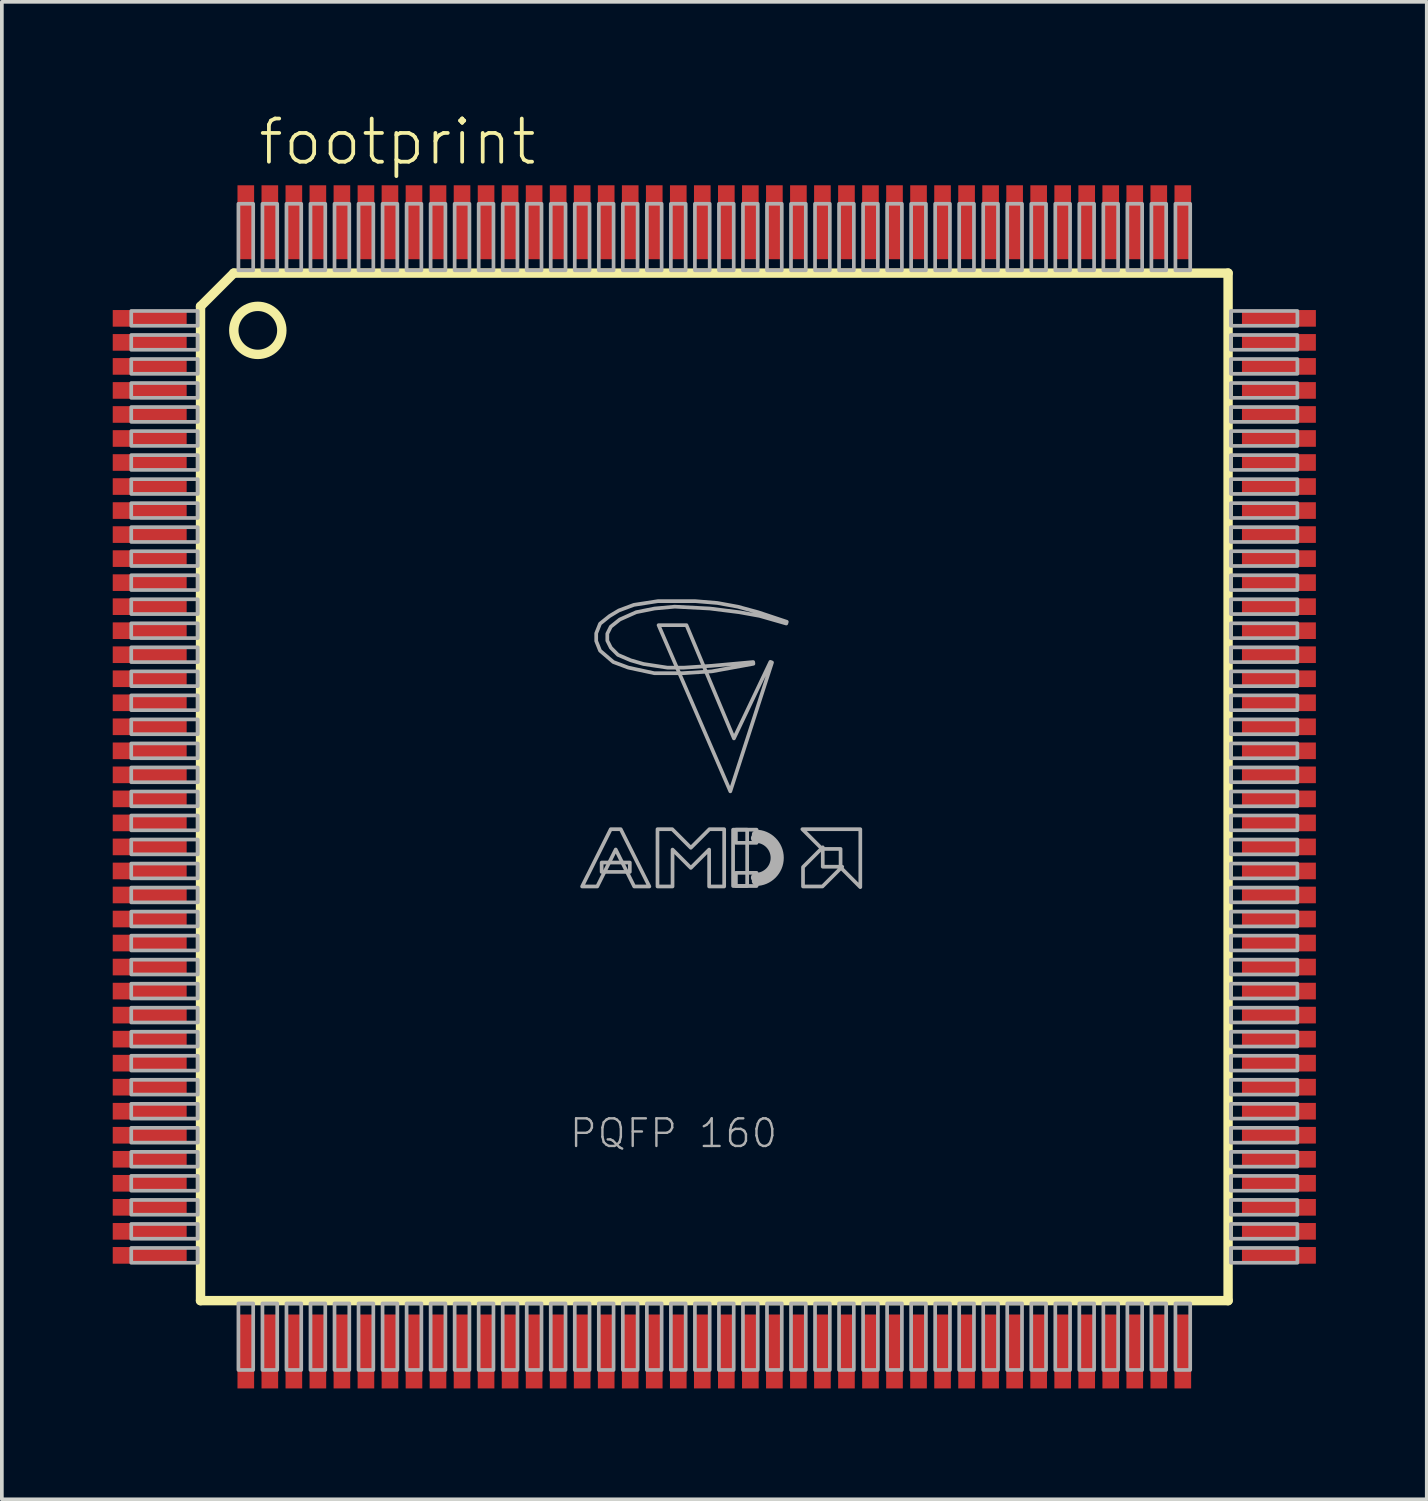
<source format=kicad_pcb>
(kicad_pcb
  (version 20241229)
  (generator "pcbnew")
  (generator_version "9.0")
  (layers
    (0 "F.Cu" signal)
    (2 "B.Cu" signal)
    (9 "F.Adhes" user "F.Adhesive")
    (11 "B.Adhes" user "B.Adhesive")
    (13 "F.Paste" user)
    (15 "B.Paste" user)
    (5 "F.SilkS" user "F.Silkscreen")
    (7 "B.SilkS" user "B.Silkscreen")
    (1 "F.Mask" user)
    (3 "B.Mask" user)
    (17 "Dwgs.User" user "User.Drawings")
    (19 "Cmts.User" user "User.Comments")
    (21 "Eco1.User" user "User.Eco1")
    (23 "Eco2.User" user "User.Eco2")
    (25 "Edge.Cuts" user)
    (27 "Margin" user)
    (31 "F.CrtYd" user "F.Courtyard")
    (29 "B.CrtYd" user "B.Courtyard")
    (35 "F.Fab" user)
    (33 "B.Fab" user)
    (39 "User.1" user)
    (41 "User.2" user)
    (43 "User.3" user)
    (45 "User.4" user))
  (footprint "footprint"
    (layer "F.Cu")
    (at 16.275 18.238)
    (property "Reference" "footprint" (at -12.395 -16.765 0) (layer "F.SilkS") (effects (font (size 1.168 1.168) (thickness 0.102)) (justify left bottom)))
    (fp_line (start -13.9 -13) (end -13 -13.9) (stroke (width 0.254) (type solid)) (layer "F.SilkS"))
    (fp_line (start -13.9 13.9) (end -13.9 -13) (stroke (width 0.254) (type solid)) (layer "F.SilkS"))
    (fp_line (start -13 -13.9) (end 13.9 -13.9) (stroke (width 0.254) (type solid)) (layer "F.SilkS"))
    (fp_line (start 13.9 -13.9) (end 13.9 13.9) (stroke (width 0.254) (type solid)) (layer "F.SilkS"))
    (fp_line (start 13.9 13.9) (end -13.9 13.9) (stroke (width 0.254) (type solid)) (layer "F.SilkS"))
    (fp_circle (center -12.35 -12.35) (end -11.7 -12.35) (stroke (width 0.254) (type solid)) (fill no) (layer "F.SilkS"))
    (fp_arc (start 1.1176 1.1834) (mid 1.8542 1.92) (end 1.1176 2.6566) (stroke (width 0.0508) (type solid)) (layer "F.Fab"))
    (fp_arc (start 1.1176 1.285) (mid 1.7526 1.92) (end 1.1176 2.555) (stroke (width 0.2032) (type solid)) (layer "F.Fab"))
    (fp_arc (start 1.1176 1.3866) (mid 1.651 1.92) (end 1.1176 2.4534) (stroke (width 0.254) (type solid)) (layer "F.Fab"))
    (fp_poly (pts (xy -15.775 -12.475) (xy -13.975 -12.475) (xy -13.975 -12.875) (xy -15.775 -12.875)) (stroke (width 0.1) (type solid)) (fill no) (layer "F.Fab"))
    (fp_poly (pts (xy -15.775 -11.825) (xy -13.975 -11.825) (xy -13.975 -12.225) (xy -15.775 -12.225)) (stroke (width 0.1) (type solid)) (fill no) (layer "F.Fab"))
    (fp_poly (pts (xy -15.775 -11.175) (xy -13.975 -11.175) (xy -13.975 -11.575) (xy -15.775 -11.575)) (stroke (width 0.1) (type solid)) (fill no) (layer "F.Fab"))
    (fp_poly (pts (xy -15.775 -10.525) (xy -13.975 -10.525) (xy -13.975 -10.925) (xy -15.775 -10.925)) (stroke (width 0.1) (type solid)) (fill no) (layer "F.Fab"))
    (fp_poly (pts (xy -15.775 -9.875) (xy -13.975 -9.875) (xy -13.975 -10.275) (xy -15.775 -10.275)) (stroke (width 0.1) (type solid)) (fill no) (layer "F.Fab"))
    (fp_poly (pts (xy -15.775 -9.225) (xy -13.975 -9.225) (xy -13.975 -9.625) (xy -15.775 -9.625)) (stroke (width 0.1) (type solid)) (fill no) (layer "F.Fab"))
    (fp_poly (pts (xy -15.775 -8.575) (xy -13.975 -8.575) (xy -13.975 -8.975) (xy -15.775 -8.975)) (stroke (width 0.1) (type solid)) (fill no) (layer "F.Fab"))
    (fp_poly (pts (xy -15.775 -7.925) (xy -13.975 -7.925) (xy -13.975 -8.325) (xy -15.775 -8.325)) (stroke (width 0.1) (type solid)) (fill no) (layer "F.Fab"))
    (fp_poly (pts (xy -15.775 -7.275) (xy -13.975 -7.275) (xy -13.975 -7.675) (xy -15.775 -7.675)) (stroke (width 0.1) (type solid)) (fill no) (layer "F.Fab"))
    (fp_poly (pts (xy -15.775 -6.625) (xy -13.975 -6.625) (xy -13.975 -7.025) (xy -15.775 -7.025)) (stroke (width 0.1) (type solid)) (fill no) (layer "F.Fab"))
    (fp_poly (pts (xy -15.775 -5.975) (xy -13.975 -5.975) (xy -13.975 -6.375) (xy -15.775 -6.375)) (stroke (width 0.1) (type solid)) (fill no) (layer "F.Fab"))
    (fp_poly (pts (xy -15.775 -5.325) (xy -13.975 -5.325) (xy -13.975 -5.725) (xy -15.775 -5.725)) (stroke (width 0.1) (type solid)) (fill no) (layer "F.Fab"))
    (fp_poly (pts (xy -15.775 -4.675) (xy -13.975 -4.675) (xy -13.975 -5.075) (xy -15.775 -5.075)) (stroke (width 0.1) (type solid)) (fill no) (layer "F.Fab"))
    (fp_poly (pts (xy -15.775 -4.025) (xy -13.975 -4.025) (xy -13.975 -4.425) (xy -15.775 -4.425)) (stroke (width 0.1) (type solid)) (fill no) (layer "F.Fab"))
    (fp_poly (pts (xy -15.775 -3.375) (xy -13.975 -3.375) (xy -13.975 -3.775) (xy -15.775 -3.775)) (stroke (width 0.1) (type solid)) (fill no) (layer "F.Fab"))
    (fp_poly (pts (xy -15.775 -2.725) (xy -13.975 -2.725) (xy -13.975 -3.125) (xy -15.775 -3.125)) (stroke (width 0.1) (type solid)) (fill no) (layer "F.Fab"))
    (fp_poly (pts (xy -15.775 -2.075) (xy -13.975 -2.075) (xy -13.975 -2.475) (xy -15.775 -2.475)) (stroke (width 0.1) (type solid)) (fill no) (layer "F.Fab"))
    (fp_poly (pts (xy -15.775 -1.425) (xy -13.975 -1.425) (xy -13.975 -1.825) (xy -15.775 -1.825)) (stroke (width 0.1) (type solid)) (fill no) (layer "F.Fab"))
    (fp_poly (pts (xy -15.775 -0.775) (xy -13.975 -0.775) (xy -13.975 -1.175) (xy -15.775 -1.175)) (stroke (width 0.1) (type solid)) (fill no) (layer "F.Fab"))
    (fp_poly (pts (xy -15.775 -0.125) (xy -13.975 -0.125) (xy -13.975 -0.525) (xy -15.775 -0.525)) (stroke (width 0.1) (type solid)) (fill no) (layer "F.Fab"))
    (fp_poly (pts (xy -15.775 0.525) (xy -13.975 0.525) (xy -13.975 0.125) (xy -15.775 0.125)) (stroke (width 0.1) (type solid)) (fill no) (layer "F.Fab"))
    (fp_poly (pts (xy -15.775 1.175) (xy -13.975 1.175) (xy -13.975 0.775) (xy -15.775 0.775)) (stroke (width 0.1) (type solid)) (fill no) (layer "F.Fab"))
    (fp_poly (pts (xy -15.775 1.825) (xy -13.975 1.825) (xy -13.975 1.425) (xy -15.775 1.425)) (stroke (width 0.1) (type solid)) (fill no) (layer "F.Fab"))
    (fp_poly (pts (xy -15.775 2.475) (xy -13.975 2.475) (xy -13.975 2.075) (xy -15.775 2.075)) (stroke (width 0.1) (type solid)) (fill no) (layer "F.Fab"))
    (fp_poly (pts (xy -15.775 3.125) (xy -13.975 3.125) (xy -13.975 2.725) (xy -15.775 2.725)) (stroke (width 0.1) (type solid)) (fill no) (layer "F.Fab"))
    (fp_poly (pts (xy -15.775 3.775) (xy -13.975 3.775) (xy -13.975 3.375) (xy -15.775 3.375)) (stroke (width 0.1) (type solid)) (fill no) (layer "F.Fab"))
    (fp_poly (pts (xy -15.775 4.425) (xy -13.975 4.425) (xy -13.975 4.025) (xy -15.775 4.025)) (stroke (width 0.1) (type solid)) (fill no) (layer "F.Fab"))
    (fp_poly (pts (xy -15.775 5.075) (xy -13.975 5.075) (xy -13.975 4.675) (xy -15.775 4.675)) (stroke (width 0.1) (type solid)) (fill no) (layer "F.Fab"))
    (fp_poly (pts (xy -15.775 5.725) (xy -13.975 5.725) (xy -13.975 5.325) (xy -15.775 5.325)) (stroke (width 0.1) (type solid)) (fill no) (layer "F.Fab"))
    (fp_poly (pts (xy -15.775 6.375) (xy -13.975 6.375) (xy -13.975 5.975) (xy -15.775 5.975)) (stroke (width 0.1) (type solid)) (fill no) (layer "F.Fab"))
    (fp_poly (pts (xy -15.775 7.025) (xy -13.975 7.025) (xy -13.975 6.625) (xy -15.775 6.625)) (stroke (width 0.1) (type solid)) (fill no) (layer "F.Fab"))
    (fp_poly (pts (xy -15.775 7.675) (xy -13.975 7.675) (xy -13.975 7.275) (xy -15.775 7.275)) (stroke (width 0.1) (type solid)) (fill no) (layer "F.Fab"))
    (fp_poly (pts (xy -15.775 8.325) (xy -13.975 8.325) (xy -13.975 7.925) (xy -15.775 7.925)) (stroke (width 0.1) (type solid)) (fill no) (layer "F.Fab"))
    (fp_poly (pts (xy -15.775 8.975) (xy -13.975 8.975) (xy -13.975 8.575) (xy -15.775 8.575)) (stroke (width 0.1) (type solid)) (fill no) (layer "F.Fab"))
    (fp_poly (pts (xy -15.775 9.625) (xy -13.975 9.625) (xy -13.975 9.225) (xy -15.775 9.225)) (stroke (width 0.1) (type solid)) (fill no) (layer "F.Fab"))
    (fp_poly (pts (xy -15.775 10.275) (xy -13.975 10.275) (xy -13.975 9.875) (xy -15.775 9.875)) (stroke (width 0.1) (type solid)) (fill no) (layer "F.Fab"))
    (fp_poly (pts (xy -15.775 10.925) (xy -13.975 10.925) (xy -13.975 10.525) (xy -15.775 10.525)) (stroke (width 0.1) (type solid)) (fill no) (layer "F.Fab"))
    (fp_poly (pts (xy -15.775 11.575) (xy -13.975 11.575) (xy -13.975 11.175) (xy -15.775 11.175)) (stroke (width 0.1) (type solid)) (fill no) (layer "F.Fab"))
    (fp_poly (pts (xy -15.775 12.225) (xy -13.975 12.225) (xy -13.975 11.825) (xy -15.775 11.825)) (stroke (width 0.1) (type solid)) (fill no) (layer "F.Fab"))
    (fp_poly (pts (xy -15.775 12.875) (xy -13.975 12.875) (xy -13.975 12.475) (xy -15.775 12.475)) (stroke (width 0.1) (type solid)) (fill no) (layer "F.Fab"))
    (fp_poly (pts (xy -12.875 -13.975) (xy -12.475 -13.975) (xy -12.475 -15.775) (xy -12.875 -15.775)) (stroke (width 0.1) (type solid)) (fill no) (layer "F.Fab"))
    (fp_poly (pts (xy -12.875 15.775) (xy -12.475 15.775) (xy -12.475 13.975) (xy -12.875 13.975)) (stroke (width 0.1) (type solid)) (fill no) (layer "F.Fab"))
    (fp_poly (pts (xy -12.225 -13.975) (xy -11.825 -13.975) (xy -11.825 -15.775) (xy -12.225 -15.775)) (stroke (width 0.1) (type solid)) (fill no) (layer "F.Fab"))
    (fp_poly (pts (xy -12.225 15.775) (xy -11.825 15.775) (xy -11.825 13.975) (xy -12.225 13.975)) (stroke (width 0.1) (type solid)) (fill no) (layer "F.Fab"))
    (fp_poly (pts (xy -11.575 -13.975) (xy -11.175 -13.975) (xy -11.175 -15.775) (xy -11.575 -15.775)) (stroke (width 0.1) (type solid)) (fill no) (layer "F.Fab"))
    (fp_poly (pts (xy -11.575 15.775) (xy -11.175 15.775) (xy -11.175 13.975) (xy -11.575 13.975)) (stroke (width 0.1) (type solid)) (fill no) (layer "F.Fab"))
    (fp_poly (pts (xy -10.925 -13.975) (xy -10.525 -13.975) (xy -10.525 -15.775) (xy -10.925 -15.775)) (stroke (width 0.1) (type solid)) (fill no) (layer "F.Fab"))
    (fp_poly (pts (xy -10.925 15.775) (xy -10.525 15.775) (xy -10.525 13.975) (xy -10.925 13.975)) (stroke (width 0.1) (type solid)) (fill no) (layer "F.Fab"))
    (fp_poly (pts (xy -10.275 -13.975) (xy -9.875 -13.975) (xy -9.875 -15.775) (xy -10.275 -15.775)) (stroke (width 0.1) (type solid)) (fill no) (layer "F.Fab"))
    (fp_poly (pts (xy -10.275 15.775) (xy -9.875 15.775) (xy -9.875 13.975) (xy -10.275 13.975)) (stroke (width 0.1) (type solid)) (fill no) (layer "F.Fab"))
    (fp_poly (pts (xy -9.625 -13.975) (xy -9.225 -13.975) (xy -9.225 -15.775) (xy -9.625 -15.775)) (stroke (width 0.1) (type solid)) (fill no) (layer "F.Fab"))
    (fp_poly (pts (xy -9.625 15.775) (xy -9.225 15.775) (xy -9.225 13.975) (xy -9.625 13.975)) (stroke (width 0.1) (type solid)) (fill no) (layer "F.Fab"))
    (fp_poly (pts (xy -8.975 -13.975) (xy -8.575 -13.975) (xy -8.575 -15.775) (xy -8.975 -15.775)) (stroke (width 0.1) (type solid)) (fill no) (layer "F.Fab"))
    (fp_poly (pts (xy -8.975 15.775) (xy -8.575 15.775) (xy -8.575 13.975) (xy -8.975 13.975)) (stroke (width 0.1) (type solid)) (fill no) (layer "F.Fab"))
    (fp_poly (pts (xy -8.325 -13.975) (xy -7.925 -13.975) (xy -7.925 -15.775) (xy -8.325 -15.775)) (stroke (width 0.1) (type solid)) (fill no) (layer "F.Fab"))
    (fp_poly (pts (xy -8.325 15.775) (xy -7.925 15.775) (xy -7.925 13.975) (xy -8.325 13.975)) (stroke (width 0.1) (type solid)) (fill no) (layer "F.Fab"))
    (fp_poly (pts (xy -7.675 -13.975) (xy -7.275 -13.975) (xy -7.275 -15.775) (xy -7.675 -15.775)) (stroke (width 0.1) (type solid)) (fill no) (layer "F.Fab"))
    (fp_poly (pts (xy -7.675 15.775) (xy -7.275 15.775) (xy -7.275 13.975) (xy -7.675 13.975)) (stroke (width 0.1) (type solid)) (fill no) (layer "F.Fab"))
    (fp_poly (pts (xy -7.025 -13.975) (xy -6.625 -13.975) (xy -6.625 -15.775) (xy -7.025 -15.775)) (stroke (width 0.1) (type solid)) (fill no) (layer "F.Fab"))
    (fp_poly (pts (xy -7.025 15.775) (xy -6.625 15.775) (xy -6.625 13.975) (xy -7.025 13.975)) (stroke (width 0.1) (type solid)) (fill no) (layer "F.Fab"))
    (fp_poly (pts (xy -6.375 -13.975) (xy -5.975 -13.975) (xy -5.975 -15.775) (xy -6.375 -15.775)) (stroke (width 0.1) (type solid)) (fill no) (layer "F.Fab"))
    (fp_poly (pts (xy -6.375 15.775) (xy -5.975 15.775) (xy -5.975 13.975) (xy -6.375 13.975)) (stroke (width 0.1) (type solid)) (fill no) (layer "F.Fab"))
    (fp_poly (pts (xy -5.725 -13.975) (xy -5.325 -13.975) (xy -5.325 -15.775) (xy -5.725 -15.775)) (stroke (width 0.1) (type solid)) (fill no) (layer "F.Fab"))
    (fp_poly (pts (xy -5.725 15.775) (xy -5.325 15.775) (xy -5.325 13.975) (xy -5.725 13.975)) (stroke (width 0.1) (type solid)) (fill no) (layer "F.Fab"))
    (fp_poly (pts (xy -5.075 -13.975) (xy -4.675 -13.975) (xy -4.675 -15.775) (xy -5.075 -15.775)) (stroke (width 0.1) (type solid)) (fill no) (layer "F.Fab"))
    (fp_poly (pts (xy -5.075 15.775) (xy -4.675 15.775) (xy -4.675 13.975) (xy -5.075 13.975)) (stroke (width 0.1) (type solid)) (fill no) (layer "F.Fab"))
    (fp_poly (pts (xy -4.425 -13.975) (xy -4.025 -13.975) (xy -4.025 -15.775) (xy -4.425 -15.775)) (stroke (width 0.1) (type solid)) (fill no) (layer "F.Fab"))
    (fp_poly (pts (xy -4.425 15.775) (xy -4.025 15.775) (xy -4.025 13.975) (xy -4.425 13.975)) (stroke (width 0.1) (type solid)) (fill no) (layer "F.Fab"))
    (fp_poly (pts (xy -3.775 -13.975) (xy -3.375 -13.975) (xy -3.375 -15.775) (xy -3.775 -15.775)) (stroke (width 0.1) (type solid)) (fill no) (layer "F.Fab"))
    (fp_poly (pts (xy -3.775 15.775) (xy -3.375 15.775) (xy -3.375 13.975) (xy -3.775 13.975)) (stroke (width 0.1) (type solid)) (fill no) (layer "F.Fab"))
    (fp_poly (pts (xy -3.125 -13.975) (xy -2.725 -13.975) (xy -2.725 -15.775) (xy -3.125 -15.775)) (stroke (width 0.1) (type solid)) (fill no) (layer "F.Fab"))
    (fp_poly (pts (xy -3.125 15.775) (xy -2.725 15.775) (xy -2.725 13.975) (xy -3.125 13.975)) (stroke (width 0.1) (type solid)) (fill no) (layer "F.Fab"))
    (fp_poly (pts (xy -3.048 2.301) (xy -2.286 2.301) (xy -2.286 2.047) (xy -3.048 2.047)) (stroke (width 0.1) (type solid)) (fill no) (layer "F.Fab"))
    (fp_poly (pts (xy -2.475 -13.975) (xy -2.075 -13.975) (xy -2.075 -15.775) (xy -2.475 -15.775)) (stroke (width 0.1) (type solid)) (fill no) (layer "F.Fab"))
    (fp_poly (pts (xy -2.475 15.775) (xy -2.075 15.775) (xy -2.075 13.975) (xy -2.475 13.975)) (stroke (width 0.1) (type solid)) (fill no) (layer "F.Fab"))
    (fp_poly (pts (xy -1.825 -13.975) (xy -1.425 -13.975) (xy -1.425 -15.775) (xy -1.825 -15.775)) (stroke (width 0.1) (type solid)) (fill no) (layer "F.Fab"))
    (fp_poly (pts (xy -1.825 15.775) (xy -1.425 15.775) (xy -1.425 13.975) (xy -1.825 13.975)) (stroke (width 0.1) (type solid)) (fill no) (layer "F.Fab"))
    (fp_poly (pts (xy -1.175 -13.975) (xy -0.775 -13.975) (xy -0.775 -15.775) (xy -1.175 -15.775)) (stroke (width 0.1) (type solid)) (fill no) (layer "F.Fab"))
    (fp_poly (pts (xy -1.175 15.775) (xy -0.775 15.775) (xy -0.775 13.975) (xy -1.175 13.975)) (stroke (width 0.1) (type solid)) (fill no) (layer "F.Fab"))
    (fp_poly (pts (xy -0.525 -13.975) (xy -0.125 -13.975) (xy -0.125 -15.775) (xy -0.525 -15.775)) (stroke (width 0.1) (type solid)) (fill no) (layer "F.Fab"))
    (fp_poly (pts (xy -0.525 15.775) (xy -0.125 15.775) (xy -0.125 13.975) (xy -0.525 13.975)) (stroke (width 0.1) (type solid)) (fill no) (layer "F.Fab"))
    (fp_poly (pts (xy 0.125 -13.975) (xy 0.525 -13.975) (xy 0.525 -15.775) (xy 0.125 -15.775)) (stroke (width 0.1) (type solid)) (fill no) (layer "F.Fab"))
    (fp_poly (pts (xy 0.125 15.775) (xy 0.525 15.775) (xy 0.525 13.975) (xy 0.125 13.975)) (stroke (width 0.1) (type solid)) (fill no) (layer "F.Fab"))
    (fp_poly (pts (xy 0.508 2.682) (xy 0.889 2.682) (xy 0.889 1.158) (xy 0.508 1.158)) (stroke (width 0.1) (type solid)) (fill no) (layer "F.Fab"))
    (fp_poly (pts (xy 0.584 1.514) (xy 1.143 1.514) (xy 1.143 1.158) (xy 0.584 1.158)) (stroke (width 0.1) (type solid)) (fill no) (layer "F.Fab"))
    (fp_poly (pts (xy 0.584 2.682) (xy 1.143 2.682) (xy 1.143 2.326) (xy 0.584 2.326)) (stroke (width 0.1) (type solid)) (fill no) (layer "F.Fab"))
    (fp_poly (pts (xy 0.775 -13.975) (xy 1.175 -13.975) (xy 1.175 -15.775) (xy 0.775 -15.775)) (stroke (width 0.1) (type solid)) (fill no) (layer "F.Fab"))
    (fp_poly (pts (xy 0.775 15.775) (xy 1.175 15.775) (xy 1.175 13.975) (xy 0.775 13.975)) (stroke (width 0.1) (type solid)) (fill no) (layer "F.Fab"))
    (fp_poly (pts (xy 1.425 -13.975) (xy 1.825 -13.975) (xy 1.825 -15.775) (xy 1.425 -15.775)) (stroke (width 0.1) (type solid)) (fill no) (layer "F.Fab"))
    (fp_poly (pts (xy 1.425 15.775) (xy 1.825 15.775) (xy 1.825 13.975) (xy 1.425 13.975)) (stroke (width 0.1) (type solid)) (fill no) (layer "F.Fab"))
    (fp_poly (pts (xy 2.075 -13.975) (xy 2.475 -13.975) (xy 2.475 -15.775) (xy 2.075 -15.775)) (stroke (width 0.1) (type solid)) (fill no) (layer "F.Fab"))
    (fp_poly (pts (xy 2.075 15.775) (xy 2.475 15.775) (xy 2.475 13.975) (xy 2.075 13.975)) (stroke (width 0.1) (type solid)) (fill no) (layer "F.Fab"))
    (fp_poly (pts (xy 2.725 -13.975) (xy 3.125 -13.975) (xy 3.125 -15.775) (xy 2.725 -15.775)) (stroke (width 0.1) (type solid)) (fill no) (layer "F.Fab"))
    (fp_poly (pts (xy 2.725 15.775) (xy 3.125 15.775) (xy 3.125 13.975) (xy 2.725 13.975)) (stroke (width 0.1) (type solid)) (fill no) (layer "F.Fab"))
    (fp_poly (pts (xy 3.375 -13.975) (xy 3.775 -13.975) (xy 3.775 -15.775) (xy 3.375 -15.775)) (stroke (width 0.1) (type solid)) (fill no) (layer "F.Fab"))
    (fp_poly (pts (xy 3.375 15.775) (xy 3.775 15.775) (xy 3.775 13.975) (xy 3.375 13.975)) (stroke (width 0.1) (type solid)) (fill no) (layer "F.Fab"))
    (fp_poly (pts (xy 4.025 -13.975) (xy 4.425 -13.975) (xy 4.425 -15.775) (xy 4.025 -15.775)) (stroke (width 0.1) (type solid)) (fill no) (layer "F.Fab"))
    (fp_poly (pts (xy 4.025 15.775) (xy 4.425 15.775) (xy 4.425 13.975) (xy 4.025 13.975)) (stroke (width 0.1) (type solid)) (fill no) (layer "F.Fab"))
    (fp_poly (pts (xy 4.675 -13.975) (xy 5.075 -13.975) (xy 5.075 -15.775) (xy 4.675 -15.775)) (stroke (width 0.1) (type solid)) (fill no) (layer "F.Fab"))
    (fp_poly (pts (xy 4.675 15.775) (xy 5.075 15.775) (xy 5.075 13.975) (xy 4.675 13.975)) (stroke (width 0.1) (type solid)) (fill no) (layer "F.Fab"))
    (fp_poly (pts (xy 5.325 -13.975) (xy 5.725 -13.975) (xy 5.725 -15.775) (xy 5.325 -15.775)) (stroke (width 0.1) (type solid)) (fill no) (layer "F.Fab"))
    (fp_poly (pts (xy 5.325 15.775) (xy 5.725 15.775) (xy 5.725 13.975) (xy 5.325 13.975)) (stroke (width 0.1) (type solid)) (fill no) (layer "F.Fab"))
    (fp_poly (pts (xy 5.975 -13.975) (xy 6.375 -13.975) (xy 6.375 -15.775) (xy 5.975 -15.775)) (stroke (width 0.1) (type solid)) (fill no) (layer "F.Fab"))
    (fp_poly (pts (xy 5.975 15.775) (xy 6.375 15.775) (xy 6.375 13.975) (xy 5.975 13.975)) (stroke (width 0.1) (type solid)) (fill no) (layer "F.Fab"))
    (fp_poly (pts (xy 6.625 -13.975) (xy 7.025 -13.975) (xy 7.025 -15.775) (xy 6.625 -15.775)) (stroke (width 0.1) (type solid)) (fill no) (layer "F.Fab"))
    (fp_poly (pts (xy 6.625 15.775) (xy 7.025 15.775) (xy 7.025 13.975) (xy 6.625 13.975)) (stroke (width 0.1) (type solid)) (fill no) (layer "F.Fab"))
    (fp_poly (pts (xy 7.275 -13.975) (xy 7.675 -13.975) (xy 7.675 -15.775) (xy 7.275 -15.775)) (stroke (width 0.1) (type solid)) (fill no) (layer "F.Fab"))
    (fp_poly (pts (xy 7.275 15.775) (xy 7.675 15.775) (xy 7.675 13.975) (xy 7.275 13.975)) (stroke (width 0.1) (type solid)) (fill no) (layer "F.Fab"))
    (fp_poly (pts (xy 7.925 -13.975) (xy 8.325 -13.975) (xy 8.325 -15.775) (xy 7.925 -15.775)) (stroke (width 0.1) (type solid)) (fill no) (layer "F.Fab"))
    (fp_poly (pts (xy 7.925 15.775) (xy 8.325 15.775) (xy 8.325 13.975) (xy 7.925 13.975)) (stroke (width 0.1) (type solid)) (fill no) (layer "F.Fab"))
    (fp_poly (pts (xy 8.575 -13.975) (xy 8.975 -13.975) (xy 8.975 -15.775) (xy 8.575 -15.775)) (stroke (width 0.1) (type solid)) (fill no) (layer "F.Fab"))
    (fp_poly (pts (xy 8.575 15.775) (xy 8.975 15.775) (xy 8.975 13.975) (xy 8.575 13.975)) (stroke (width 0.1) (type solid)) (fill no) (layer "F.Fab"))
    (fp_poly (pts (xy 9.225 -13.975) (xy 9.625 -13.975) (xy 9.625 -15.775) (xy 9.225 -15.775)) (stroke (width 0.1) (type solid)) (fill no) (layer "F.Fab"))
    (fp_poly (pts (xy 9.225 15.775) (xy 9.625 15.775) (xy 9.625 13.975) (xy 9.225 13.975)) (stroke (width 0.1) (type solid)) (fill no) (layer "F.Fab"))
    (fp_poly (pts (xy 9.875 -13.975) (xy 10.275 -13.975) (xy 10.275 -15.775) (xy 9.875 -15.775)) (stroke (width 0.1) (type solid)) (fill no) (layer "F.Fab"))
    (fp_poly (pts (xy 9.875 15.775) (xy 10.275 15.775) (xy 10.275 13.975) (xy 9.875 13.975)) (stroke (width 0.1) (type solid)) (fill no) (layer "F.Fab"))
    (fp_poly (pts (xy 10.525 -13.975) (xy 10.925 -13.975) (xy 10.925 -15.775) (xy 10.525 -15.775)) (stroke (width 0.1) (type solid)) (fill no) (layer "F.Fab"))
    (fp_poly (pts (xy 10.525 15.775) (xy 10.925 15.775) (xy 10.925 13.975) (xy 10.525 13.975)) (stroke (width 0.1) (type solid)) (fill no) (layer "F.Fab"))
    (fp_poly (pts (xy 11.175 -13.975) (xy 11.575 -13.975) (xy 11.575 -15.775) (xy 11.175 -15.775)) (stroke (width 0.1) (type solid)) (fill no) (layer "F.Fab"))
    (fp_poly (pts (xy 11.175 15.775) (xy 11.575 15.775) (xy 11.575 13.975) (xy 11.175 13.975)) (stroke (width 0.1) (type solid)) (fill no) (layer "F.Fab"))
    (fp_poly (pts (xy 11.825 -13.975) (xy 12.225 -13.975) (xy 12.225 -15.775) (xy 11.825 -15.775)) (stroke (width 0.1) (type solid)) (fill no) (layer "F.Fab"))
    (fp_poly (pts (xy 11.825 15.775) (xy 12.225 15.775) (xy 12.225 13.975) (xy 11.825 13.975)) (stroke (width 0.1) (type solid)) (fill no) (layer "F.Fab"))
    (fp_poly (pts (xy 12.475 -13.975) (xy 12.875 -13.975) (xy 12.875 -15.775) (xy 12.475 -15.775)) (stroke (width 0.1) (type solid)) (fill no) (layer "F.Fab"))
    (fp_poly (pts (xy 12.475 15.775) (xy 12.875 15.775) (xy 12.875 13.975) (xy 12.475 13.975)) (stroke (width 0.1) (type solid)) (fill no) (layer "F.Fab"))
    (fp_poly (pts (xy 13.975 -12.475) (xy 15.775 -12.475) (xy 15.775 -12.875) (xy 13.975 -12.875)) (stroke (width 0.1) (type solid)) (fill no) (layer "F.Fab"))
    (fp_poly (pts (xy 13.975 -11.825) (xy 15.775 -11.825) (xy 15.775 -12.225) (xy 13.975 -12.225)) (stroke (width 0.1) (type solid)) (fill no) (layer "F.Fab"))
    (fp_poly (pts (xy 13.975 -11.175) (xy 15.775 -11.175) (xy 15.775 -11.575) (xy 13.975 -11.575)) (stroke (width 0.1) (type solid)) (fill no) (layer "F.Fab"))
    (fp_poly (pts (xy 13.975 -10.525) (xy 15.775 -10.525) (xy 15.775 -10.925) (xy 13.975 -10.925)) (stroke (width 0.1) (type solid)) (fill no) (layer "F.Fab"))
    (fp_poly (pts (xy 13.975 -9.875) (xy 15.775 -9.875) (xy 15.775 -10.275) (xy 13.975 -10.275)) (stroke (width 0.1) (type solid)) (fill no) (layer "F.Fab"))
    (fp_poly (pts (xy 13.975 -9.225) (xy 15.775 -9.225) (xy 15.775 -9.625) (xy 13.975 -9.625)) (stroke (width 0.1) (type solid)) (fill no) (layer "F.Fab"))
    (fp_poly (pts (xy 13.975 -8.575) (xy 15.775 -8.575) (xy 15.775 -8.975) (xy 13.975 -8.975)) (stroke (width 0.1) (type solid)) (fill no) (layer "F.Fab"))
    (fp_poly (pts (xy 13.975 -7.925) (xy 15.775 -7.925) (xy 15.775 -8.325) (xy 13.975 -8.325)) (stroke (width 0.1) (type solid)) (fill no) (layer "F.Fab"))
    (fp_poly (pts (xy 13.975 -7.275) (xy 15.775 -7.275) (xy 15.775 -7.675) (xy 13.975 -7.675)) (stroke (width 0.1) (type solid)) (fill no) (layer "F.Fab"))
    (fp_poly (pts (xy 13.975 -6.625) (xy 15.775 -6.625) (xy 15.775 -7.025) (xy 13.975 -7.025)) (stroke (width 0.1) (type solid)) (fill no) (layer "F.Fab"))
    (fp_poly (pts (xy 13.975 -5.975) (xy 15.775 -5.975) (xy 15.775 -6.375) (xy 13.975 -6.375)) (stroke (width 0.1) (type solid)) (fill no) (layer "F.Fab"))
    (fp_poly (pts (xy 13.975 -5.325) (xy 15.775 -5.325) (xy 15.775 -5.725) (xy 13.975 -5.725)) (stroke (width 0.1) (type solid)) (fill no) (layer "F.Fab"))
    (fp_poly (pts (xy 13.975 -4.675) (xy 15.775 -4.675) (xy 15.775 -5.075) (xy 13.975 -5.075)) (stroke (width 0.1) (type solid)) (fill no) (layer "F.Fab"))
    (fp_poly (pts (xy 13.975 -4.025) (xy 15.775 -4.025) (xy 15.775 -4.425) (xy 13.975 -4.425)) (stroke (width 0.1) (type solid)) (fill no) (layer "F.Fab"))
    (fp_poly (pts (xy 13.975 -3.375) (xy 15.775 -3.375) (xy 15.775 -3.775) (xy 13.975 -3.775)) (stroke (width 0.1) (type solid)) (fill no) (layer "F.Fab"))
    (fp_poly (pts (xy 13.975 -2.725) (xy 15.775 -2.725) (xy 15.775 -3.125) (xy 13.975 -3.125)) (stroke (width 0.1) (type solid)) (fill no) (layer "F.Fab"))
    (fp_poly (pts (xy 13.975 -2.075) (xy 15.775 -2.075) (xy 15.775 -2.475) (xy 13.975 -2.475)) (stroke (width 0.1) (type solid)) (fill no) (layer "F.Fab"))
    (fp_poly (pts (xy 13.975 -1.425) (xy 15.775 -1.425) (xy 15.775 -1.825) (xy 13.975 -1.825)) (stroke (width 0.1) (type solid)) (fill no) (layer "F.Fab"))
    (fp_poly (pts (xy 13.975 -0.775) (xy 15.775 -0.775) (xy 15.775 -1.175) (xy 13.975 -1.175)) (stroke (width 0.1) (type solid)) (fill no) (layer "F.Fab"))
    (fp_poly (pts (xy 13.975 -0.125) (xy 15.775 -0.125) (xy 15.775 -0.525) (xy 13.975 -0.525)) (stroke (width 0.1) (type solid)) (fill no) (layer "F.Fab"))
    (fp_poly (pts (xy 13.975 0.525) (xy 15.775 0.525) (xy 15.775 0.125) (xy 13.975 0.125)) (stroke (width 0.1) (type solid)) (fill no) (layer "F.Fab"))
    (fp_poly (pts (xy 13.975 1.175) (xy 15.775 1.175) (xy 15.775 0.775) (xy 13.975 0.775)) (stroke (width 0.1) (type solid)) (fill no) (layer "F.Fab"))
    (fp_poly (pts (xy 13.975 1.825) (xy 15.775 1.825) (xy 15.775 1.425) (xy 13.975 1.425)) (stroke (width 0.1) (type solid)) (fill no) (layer "F.Fab"))
    (fp_poly (pts (xy 13.975 2.475) (xy 15.775 2.475) (xy 15.775 2.075) (xy 13.975 2.075)) (stroke (width 0.1) (type solid)) (fill no) (layer "F.Fab"))
    (fp_poly (pts (xy 13.975 3.125) (xy 15.775 3.125) (xy 15.775 2.725) (xy 13.975 2.725)) (stroke (width 0.1) (type solid)) (fill no) (layer "F.Fab"))
    (fp_poly (pts (xy 13.975 3.775) (xy 15.775 3.775) (xy 15.775 3.375) (xy 13.975 3.375)) (stroke (width 0.1) (type solid)) (fill no) (layer "F.Fab"))
    (fp_poly (pts (xy 13.975 4.425) (xy 15.775 4.425) (xy 15.775 4.025) (xy 13.975 4.025)) (stroke (width 0.1) (type solid)) (fill no) (layer "F.Fab"))
    (fp_poly (pts (xy 13.975 5.075) (xy 15.775 5.075) (xy 15.775 4.675) (xy 13.975 4.675)) (stroke (width 0.1) (type solid)) (fill no) (layer "F.Fab"))
    (fp_poly (pts (xy 13.975 5.725) (xy 15.775 5.725) (xy 15.775 5.325) (xy 13.975 5.325)) (stroke (width 0.1) (type solid)) (fill no) (layer "F.Fab"))
    (fp_poly (pts (xy 13.975 6.375) (xy 15.775 6.375) (xy 15.775 5.975) (xy 13.975 5.975)) (stroke (width 0.1) (type solid)) (fill no) (layer "F.Fab"))
    (fp_poly (pts (xy 13.975 7.025) (xy 15.775 7.025) (xy 15.775 6.625) (xy 13.975 6.625)) (stroke (width 0.1) (type solid)) (fill no) (layer "F.Fab"))
    (fp_poly (pts (xy 13.975 7.675) (xy 15.775 7.675) (xy 15.775 7.275) (xy 13.975 7.275)) (stroke (width 0.1) (type solid)) (fill no) (layer "F.Fab"))
    (fp_poly (pts (xy 13.975 8.325) (xy 15.775 8.325) (xy 15.775 7.925) (xy 13.975 7.925)) (stroke (width 0.1) (type solid)) (fill no) (layer "F.Fab"))
    (fp_poly (pts (xy 13.975 8.975) (xy 15.775 8.975) (xy 15.775 8.575) (xy 13.975 8.575)) (stroke (width 0.1) (type solid)) (fill no) (layer "F.Fab"))
    (fp_poly (pts (xy 13.975 9.625) (xy 15.775 9.625) (xy 15.775 9.225) (xy 13.975 9.225)) (stroke (width 0.1) (type solid)) (fill no) (layer "F.Fab"))
    (fp_poly (pts (xy 13.975 10.275) (xy 15.775 10.275) (xy 15.775 9.875) (xy 13.975 9.875)) (stroke (width 0.1) (type solid)) (fill no) (layer "F.Fab"))
    (fp_poly (pts (xy 13.975 10.925) (xy 15.775 10.925) (xy 15.775 10.525) (xy 13.975 10.525)) (stroke (width 0.1) (type solid)) (fill no) (layer "F.Fab"))
    (fp_poly (pts (xy 13.975 11.575) (xy 15.775 11.575) (xy 15.775 11.175) (xy 13.975 11.175)) (stroke (width 0.1) (type solid)) (fill no) (layer "F.Fab"))
    (fp_poly (pts (xy 13.975 12.225) (xy 15.775 12.225) (xy 15.775 11.825) (xy 13.975 11.825)) (stroke (width 0.1) (type solid)) (fill no) (layer "F.Fab"))
    (fp_poly (pts (xy 13.975 12.875) (xy 15.775 12.875) (xy 15.775 12.475) (xy 13.975 12.475)) (stroke (width 0.1) (type solid)) (fill no) (layer "F.Fab"))
    (fp_poly (pts (xy 0.531 -1.311) (xy 1.517 -3.382) (xy 1.561 -3.365) (xy 0.433 0.121) (xy -1.508 -4.375) (xy -0.753 -4.375)) (stroke (width 0.1) (type solid)) (fill no) (layer "F.Fab"))
    (fp_poly (pts (xy 2.934 2.161) (xy 3.46 2.161) (xy 2.926 2.695) (xy 2.4 2.695) (xy 2.4 2.169) (xy 2.934 1.635)) (stroke (width 0.1) (type solid)) (fill no) (layer "F.Fab"))
    (fp_poly (pts (xy 3.95 2.713) (xy 3.416 2.179) (xy 3.416 1.679) (xy 2.916 1.679) (xy 2.382 1.145) (xy 3.95 1.145)) (stroke (width 0.1) (type solid)) (fill no) (layer "F.Fab"))
    (fp_poly (pts (xy -1.757 2.695) (xy -2.167 2.695) (xy -2.667 1.694) (xy -3.167 2.695) (xy -3.577 2.695) (xy -2.802 1.145) (xy -2.532 1.145)) (stroke (width 0.1) (type solid)) (fill no) (layer "F.Fab"))
    (fp_poly (pts (xy -0.635 1.648) (xy -0.132 1.145) (xy 0.267 1.145) (xy 0.267 2.695) (xy -0.14 2.695) (xy -0.14 1.697) (xy -0.635 2.192) (xy -1.13 1.697) (xy -1.13 2.695) (xy -1.537 2.695) (xy -1.537 1.145) (xy -1.138 1.145)) (stroke (width 0.1) (type solid)) (fill no) (layer "F.Fab"))
    (fp_poly (pts (xy 0.083 -4.975) (xy 0.636 -4.874) (xy 1.187 -4.724) (xy 1.961 -4.466) (xy 1.947 -4.419) (xy 1.224 -4.626) (xy 0.676 -4.725) (xy -0.122 -4.825) (xy -1.07 -4.875) (xy -1.616 -4.825) (xy -2.112 -4.726) (xy -2.557 -4.528) (xy -2.8 -4.334) (xy -2.895 -4.144) (xy -2.895 -3.956) (xy -2.799 -3.765) (xy -2.606 -3.571) (xy -2.262 -3.424) (xy -1.915 -3.324) (xy -1.268 -3.225) (xy -0.821 -3.225) (xy -0.072 -3.275) (xy 1.052 -3.377) (xy 1.058 -3.33) (xy -0.067 -3.125) (xy -0.869 -3.075) (xy -1.623 -3.075) (xy -2.327 -3.226) (xy -2.733 -3.378) (xy -3.091 -3.685) (xy -3.195 -3.945) (xy -3.195 -4.155) (xy -3.091 -4.415) (xy -2.834 -4.621) (xy -2.581 -4.773) (xy -2.176 -4.924) (xy -1.522 -5.025) (xy -0.519 -5.025)) (stroke (width 0.1) (type solid)) (fill no) (layer "F.Fab"))
    (fp_text user "PQFP 160" (at -3.96 9.81 0) (layer "F.Fab") (effects (font (size 0.748 0.748) (thickness 0.065)) (justify left bottom)))
    (pad "1" smd rect (at -15.275 -12.675) (size 2 0.45) (layers "F.Cu" "F.Mask" "F.Paste"))
    (pad "2" smd rect (at -15.275 -12.025) (size 2 0.45) (layers "F.Cu" "F.Mask" "F.Paste"))
    (pad "3" smd rect (at -15.275 -11.375) (size 2 0.45) (layers "F.Cu" "F.Mask" "F.Paste"))
    (pad "4" smd rect (at -15.275 -10.725) (size 2 0.45) (layers "F.Cu" "F.Mask" "F.Paste"))
    (pad "5" smd rect (at -15.275 -10.075) (size 2 0.45) (layers "F.Cu" "F.Mask" "F.Paste"))
    (pad "6" smd rect (at -15.275 -9.425) (size 2 0.45) (layers "F.Cu" "F.Mask" "F.Paste"))
    (pad "7" smd rect (at -15.275 -8.775) (size 2 0.45) (layers "F.Cu" "F.Mask" "F.Paste"))
    (pad "8" smd rect (at -15.275 -8.125) (size 2 0.45) (layers "F.Cu" "F.Mask" "F.Paste"))
    (pad "9" smd rect (at -15.275 -7.475) (size 2 0.45) (layers "F.Cu" "F.Mask" "F.Paste"))
    (pad "10" smd rect (at -15.275 -6.825) (size 2 0.45) (layers "F.Cu" "F.Mask" "F.Paste"))
    (pad "11" smd rect (at -15.275 -6.175) (size 2 0.45) (layers "F.Cu" "F.Mask" "F.Paste"))
    (pad "12" smd rect (at -15.275 -5.525) (size 2 0.45) (layers "F.Cu" "F.Mask" "F.Paste"))
    (pad "13" smd rect (at -15.275 -4.875) (size 2 0.45) (layers "F.Cu" "F.Mask" "F.Paste"))
    (pad "14" smd rect (at -15.275 -4.225) (size 2 0.45) (layers "F.Cu" "F.Mask" "F.Paste"))
    (pad "15" smd rect (at -15.275 -3.575) (size 2 0.45) (layers "F.Cu" "F.Mask" "F.Paste"))
    (pad "16" smd rect (at -15.275 -2.925) (size 2 0.45) (layers "F.Cu" "F.Mask" "F.Paste"))
    (pad "17" smd rect (at -15.275 -2.275) (size 2 0.45) (layers "F.Cu" "F.Mask" "F.Paste"))
    (pad "18" smd rect (at -15.275 -1.625) (size 2 0.45) (layers "F.Cu" "F.Mask" "F.Paste"))
    (pad "19" smd rect (at -15.275 -0.975) (size 2 0.45) (layers "F.Cu" "F.Mask" "F.Paste"))
    (pad "20" smd rect (at -15.275 -0.325) (size 2 0.45) (layers "F.Cu" "F.Mask" "F.Paste"))
    (pad "21" smd rect (at -15.275 0.325) (size 2 0.45) (layers "F.Cu" "F.Mask" "F.Paste"))
    (pad "22" smd rect (at -15.275 0.975) (size 2 0.45) (layers "F.Cu" "F.Mask" "F.Paste"))
    (pad "23" smd rect (at -15.275 1.625) (size 2 0.45) (layers "F.Cu" "F.Mask" "F.Paste"))
    (pad "24" smd rect (at -15.275 2.275) (size 2 0.45) (layers "F.Cu" "F.Mask" "F.Paste"))
    (pad "25" smd rect (at -15.275 2.925) (size 2 0.45) (layers "F.Cu" "F.Mask" "F.Paste"))
    (pad "26" smd rect (at -15.275 3.575) (size 2 0.45) (layers "F.Cu" "F.Mask" "F.Paste"))
    (pad "27" smd rect (at -15.275 4.225) (size 2 0.45) (layers "F.Cu" "F.Mask" "F.Paste"))
    (pad "28" smd rect (at -15.275 4.875) (size 2 0.45) (layers "F.Cu" "F.Mask" "F.Paste"))
    (pad "29" smd rect (at -15.275 5.525) (size 2 0.45) (layers "F.Cu" "F.Mask" "F.Paste"))
    (pad "30" smd rect (at -15.275 6.175) (size 2 0.45) (layers "F.Cu" "F.Mask" "F.Paste"))
    (pad "31" smd rect (at -15.275 6.825) (size 2 0.45) (layers "F.Cu" "F.Mask" "F.Paste"))
    (pad "32" smd rect (at -15.275 7.475) (size 2 0.45) (layers "F.Cu" "F.Mask" "F.Paste"))
    (pad "33" smd rect (at -15.275 8.125) (size 2 0.45) (layers "F.Cu" "F.Mask" "F.Paste"))
    (pad "34" smd rect (at -15.275 8.775) (size 2 0.45) (layers "F.Cu" "F.Mask" "F.Paste"))
    (pad "35" smd rect (at -15.275 9.425) (size 2 0.45) (layers "F.Cu" "F.Mask" "F.Paste"))
    (pad "36" smd rect (at -15.275 10.075) (size 2 0.45) (layers "F.Cu" "F.Mask" "F.Paste"))
    (pad "37" smd rect (at -15.275 10.725) (size 2 0.45) (layers "F.Cu" "F.Mask" "F.Paste"))
    (pad "38" smd rect (at -15.275 11.375) (size 2 0.45) (layers "F.Cu" "F.Mask" "F.Paste"))
    (pad "39" smd rect (at -15.275 12.025) (size 2 0.45) (layers "F.Cu" "F.Mask" "F.Paste"))
    (pad "40" smd rect (at -15.275 12.675) (size 2 0.45) (layers "F.Cu" "F.Mask" "F.Paste"))
    (pad "41" smd rect (at -12.675 15.275) (size 0.45 2) (layers "F.Cu" "F.Mask" "F.Paste"))
    (pad "42" smd rect (at -12.025 15.275) (size 0.45 2) (layers "F.Cu" "F.Mask" "F.Paste"))
    (pad "43" smd rect (at -11.375 15.275) (size 0.45 2) (layers "F.Cu" "F.Mask" "F.Paste"))
    (pad "44" smd rect (at -10.725 15.275) (size 0.45 2) (layers "F.Cu" "F.Mask" "F.Paste"))
    (pad "45" smd rect (at -10.075 15.275) (size 0.45 2) (layers "F.Cu" "F.Mask" "F.Paste"))
    (pad "46" smd rect (at -9.425 15.275) (size 0.45 2) (layers "F.Cu" "F.Mask" "F.Paste"))
    (pad "47" smd rect (at -8.775 15.275) (size 0.45 2) (layers "F.Cu" "F.Mask" "F.Paste"))
    (pad "48" smd rect (at -8.125 15.275) (size 0.45 2) (layers "F.Cu" "F.Mask" "F.Paste"))
    (pad "49" smd rect (at -7.475 15.275) (size 0.45 2) (layers "F.Cu" "F.Mask" "F.Paste"))
    (pad "50" smd rect (at -6.825 15.275) (size 0.45 2) (layers "F.Cu" "F.Mask" "F.Paste"))
    (pad "51" smd rect (at -6.175 15.275) (size 0.45 2) (layers "F.Cu" "F.Mask" "F.Paste"))
    (pad "52" smd rect (at -5.525 15.275) (size 0.45 2) (layers "F.Cu" "F.Mask" "F.Paste"))
    (pad "53" smd rect (at -4.875 15.275) (size 0.45 2) (layers "F.Cu" "F.Mask" "F.Paste"))
    (pad "54" smd rect (at -4.225 15.275) (size 0.45 2) (layers "F.Cu" "F.Mask" "F.Paste"))
    (pad "55" smd rect (at -3.575 15.275) (size 0.45 2) (layers "F.Cu" "F.Mask" "F.Paste"))
    (pad "56" smd rect (at -2.925 15.275) (size 0.45 2) (layers "F.Cu" "F.Mask" "F.Paste"))
    (pad "57" smd rect (at -2.275 15.275) (size 0.45 2) (layers "F.Cu" "F.Mask" "F.Paste"))
    (pad "58" smd rect (at -1.625 15.275) (size 0.45 2) (layers "F.Cu" "F.Mask" "F.Paste"))
    (pad "59" smd rect (at -0.975 15.275) (size 0.45 2) (layers "F.Cu" "F.Mask" "F.Paste"))
    (pad "60" smd rect (at -0.325 15.275) (size 0.45 2) (layers "F.Cu" "F.Mask" "F.Paste"))
    (pad "61" smd rect (at 0.325 15.275) (size 0.45 2) (layers "F.Cu" "F.Mask" "F.Paste"))
    (pad "62" smd rect (at 0.975 15.275) (size 0.45 2) (layers "F.Cu" "F.Mask" "F.Paste"))
    (pad "63" smd rect (at 1.625 15.275) (size 0.45 2) (layers "F.Cu" "F.Mask" "F.Paste"))
    (pad "64" smd rect (at 2.275 15.275) (size 0.45 2) (layers "F.Cu" "F.Mask" "F.Paste"))
    (pad "65" smd rect (at 2.925 15.275) (size 0.45 2) (layers "F.Cu" "F.Mask" "F.Paste"))
    (pad "66" smd rect (at 3.575 15.275) (size 0.45 2) (layers "F.Cu" "F.Mask" "F.Paste"))
    (pad "67" smd rect (at 4.225 15.275) (size 0.45 2) (layers "F.Cu" "F.Mask" "F.Paste"))
    (pad "68" smd rect (at 4.875 15.275) (size 0.45 2) (layers "F.Cu" "F.Mask" "F.Paste"))
    (pad "69" smd rect (at 5.525 15.275) (size 0.45 2) (layers "F.Cu" "F.Mask" "F.Paste"))
    (pad "70" smd rect (at 6.175 15.275) (size 0.45 2) (layers "F.Cu" "F.Mask" "F.Paste"))
    (pad "71" smd rect (at 6.825 15.275) (size 0.45 2) (layers "F.Cu" "F.Mask" "F.Paste"))
    (pad "72" smd rect (at 7.475 15.275) (size 0.45 2) (layers "F.Cu" "F.Mask" "F.Paste"))
    (pad "73" smd rect (at 8.125 15.275) (size 0.45 2) (layers "F.Cu" "F.Mask" "F.Paste"))
    (pad "74" smd rect (at 8.775 15.275) (size 0.45 2) (layers "F.Cu" "F.Mask" "F.Paste"))
    (pad "75" smd rect (at 9.425 15.275) (size 0.45 2) (layers "F.Cu" "F.Mask" "F.Paste"))
    (pad "76" smd rect (at 10.075 15.275) (size 0.45 2) (layers "F.Cu" "F.Mask" "F.Paste"))
    (pad "77" smd rect (at 10.725 15.275) (size 0.45 2) (layers "F.Cu" "F.Mask" "F.Paste"))
    (pad "78" smd rect (at 11.375 15.275) (size 0.45 2) (layers "F.Cu" "F.Mask" "F.Paste"))
    (pad "79" smd rect (at 12.025 15.275) (size 0.45 2) (layers "F.Cu" "F.Mask" "F.Paste"))
    (pad "80" smd rect (at 12.675 15.275) (size 0.45 2) (layers "F.Cu" "F.Mask" "F.Paste"))
    (pad "81" smd rect (at 15.275 12.675) (size 2 0.45) (layers "F.Cu" "F.Mask" "F.Paste"))
    (pad "82" smd rect (at 15.275 12.025) (size 2 0.45) (layers "F.Cu" "F.Mask" "F.Paste"))
    (pad "83" smd rect (at 15.275 11.375) (size 2 0.45) (layers "F.Cu" "F.Mask" "F.Paste"))
    (pad "84" smd rect (at 15.275 10.725) (size 2 0.45) (layers "F.Cu" "F.Mask" "F.Paste"))
    (pad "85" smd rect (at 15.275 10.075) (size 2 0.45) (layers "F.Cu" "F.Mask" "F.Paste"))
    (pad "86" smd rect (at 15.275 9.425) (size 2 0.45) (layers "F.Cu" "F.Mask" "F.Paste"))
    (pad "87" smd rect (at 15.275 8.775) (size 2 0.45) (layers "F.Cu" "F.Mask" "F.Paste"))
    (pad "88" smd rect (at 15.275 8.125) (size 2 0.45) (layers "F.Cu" "F.Mask" "F.Paste"))
    (pad "89" smd rect (at 15.275 7.475) (size 2 0.45) (layers "F.Cu" "F.Mask" "F.Paste"))
    (pad "90" smd rect (at 15.275 6.825) (size 2 0.45) (layers "F.Cu" "F.Mask" "F.Paste"))
    (pad "91" smd rect (at 15.275 6.175) (size 2 0.45) (layers "F.Cu" "F.Mask" "F.Paste"))
    (pad "92" smd rect (at 15.275 5.525) (size 2 0.45) (layers "F.Cu" "F.Mask" "F.Paste"))
    (pad "93" smd rect (at 15.275 4.875) (size 2 0.45) (layers "F.Cu" "F.Mask" "F.Paste"))
    (pad "94" smd rect (at 15.275 4.225) (size 2 0.45) (layers "F.Cu" "F.Mask" "F.Paste"))
    (pad "95" smd rect (at 15.275 3.575) (size 2 0.45) (layers "F.Cu" "F.Mask" "F.Paste"))
    (pad "96" smd rect (at 15.275 2.925) (size 2 0.45) (layers "F.Cu" "F.Mask" "F.Paste"))
    (pad "97" smd rect (at 15.275 2.275) (size 2 0.45) (layers "F.Cu" "F.Mask" "F.Paste"))
    (pad "98" smd rect (at 15.275 1.625) (size 2 0.45) (layers "F.Cu" "F.Mask" "F.Paste"))
    (pad "99" smd rect (at 15.275 0.975) (size 2 0.45) (layers "F.Cu" "F.Mask" "F.Paste"))
    (pad "100" smd rect (at 15.275 0.325) (size 2 0.45) (layers "F.Cu" "F.Mask" "F.Paste"))
    (pad "101" smd rect (at 15.275 -0.325) (size 2 0.45) (layers "F.Cu" "F.Mask" "F.Paste"))
    (pad "102" smd rect (at 15.275 -0.975) (size 2 0.45) (layers "F.Cu" "F.Mask" "F.Paste"))
    (pad "103" smd rect (at 15.275 -1.625) (size 2 0.45) (layers "F.Cu" "F.Mask" "F.Paste"))
    (pad "104" smd rect (at 15.275 -2.275) (size 2 0.45) (layers "F.Cu" "F.Mask" "F.Paste"))
    (pad "105" smd rect (at 15.275 -2.925) (size 2 0.45) (layers "F.Cu" "F.Mask" "F.Paste"))
    (pad "106" smd rect (at 15.275 -3.575) (size 2 0.45) (layers "F.Cu" "F.Mask" "F.Paste"))
    (pad "107" smd rect (at 15.275 -4.225) (size 2 0.45) (layers "F.Cu" "F.Mask" "F.Paste"))
    (pad "108" smd rect (at 15.275 -4.875) (size 2 0.45) (layers "F.Cu" "F.Mask" "F.Paste"))
    (pad "109" smd rect (at 15.275 -5.525) (size 2 0.45) (layers "F.Cu" "F.Mask" "F.Paste"))
    (pad "110" smd rect (at 15.275 -6.175) (size 2 0.45) (layers "F.Cu" "F.Mask" "F.Paste"))
    (pad "111" smd rect (at 15.275 -6.825) (size 2 0.45) (layers "F.Cu" "F.Mask" "F.Paste"))
    (pad "112" smd rect (at 15.275 -7.475) (size 2 0.45) (layers "F.Cu" "F.Mask" "F.Paste"))
    (pad "113" smd rect (at 15.275 -8.125) (size 2 0.45) (layers "F.Cu" "F.Mask" "F.Paste"))
    (pad "114" smd rect (at 15.275 -8.775) (size 2 0.45) (layers "F.Cu" "F.Mask" "F.Paste"))
    (pad "115" smd rect (at 15.275 -9.425) (size 2 0.45) (layers "F.Cu" "F.Mask" "F.Paste"))
    (pad "116" smd rect (at 15.275 -10.075) (size 2 0.45) (layers "F.Cu" "F.Mask" "F.Paste"))
    (pad "117" smd rect (at 15.275 -10.725) (size 2 0.45) (layers "F.Cu" "F.Mask" "F.Paste"))
    (pad "118" smd rect (at 15.275 -11.375) (size 2 0.45) (layers "F.Cu" "F.Mask" "F.Paste"))
    (pad "119" smd rect (at 15.275 -12.025) (size 2 0.45) (layers "F.Cu" "F.Mask" "F.Paste"))
    (pad "120" smd rect (at 15.275 -12.675) (size 2 0.45) (layers "F.Cu" "F.Mask" "F.Paste"))
    (pad "121" smd rect (at 12.675 -15.275) (size 0.45 2) (layers "F.Cu" "F.Mask" "F.Paste"))
    (pad "122" smd rect (at 12.025 -15.275) (size 0.45 2) (layers "F.Cu" "F.Mask" "F.Paste"))
    (pad "123" smd rect (at 11.375 -15.275) (size 0.45 2) (layers "F.Cu" "F.Mask" "F.Paste"))
    (pad "124" smd rect (at 10.725 -15.275) (size 0.45 2) (layers "F.Cu" "F.Mask" "F.Paste"))
    (pad "125" smd rect (at 10.075 -15.275) (size 0.45 2) (layers "F.Cu" "F.Mask" "F.Paste"))
    (pad "126" smd rect (at 9.425 -15.275) (size 0.45 2) (layers "F.Cu" "F.Mask" "F.Paste"))
    (pad "127" smd rect (at 8.775 -15.275) (size 0.45 2) (layers "F.Cu" "F.Mask" "F.Paste"))
    (pad "128" smd rect (at 8.125 -15.275) (size 0.45 2) (layers "F.Cu" "F.Mask" "F.Paste"))
    (pad "129" smd rect (at 7.475 -15.275) (size 0.45 2) (layers "F.Cu" "F.Mask" "F.Paste"))
    (pad "130" smd rect (at 6.825 -15.275) (size 0.45 2) (layers "F.Cu" "F.Mask" "F.Paste"))
    (pad "131" smd rect (at 6.175 -15.275) (size 0.45 2) (layers "F.Cu" "F.Mask" "F.Paste"))
    (pad "132" smd rect (at 5.525 -15.275) (size 0.45 2) (layers "F.Cu" "F.Mask" "F.Paste"))
    (pad "133" smd rect (at 4.875 -15.275) (size 0.45 2) (layers "F.Cu" "F.Mask" "F.Paste"))
    (pad "134" smd rect (at 4.225 -15.275) (size 0.45 2) (layers "F.Cu" "F.Mask" "F.Paste"))
    (pad "135" smd rect (at 3.575 -15.275) (size 0.45 2) (layers "F.Cu" "F.Mask" "F.Paste"))
    (pad "136" smd rect (at 2.925 -15.275) (size 0.45 2) (layers "F.Cu" "F.Mask" "F.Paste"))
    (pad "137" smd rect (at 2.275 -15.275) (size 0.45 2) (layers "F.Cu" "F.Mask" "F.Paste"))
    (pad "138" smd rect (at 1.625 -15.275) (size 0.45 2) (layers "F.Cu" "F.Mask" "F.Paste"))
    (pad "139" smd rect (at 0.975 -15.275) (size 0.45 2) (layers "F.Cu" "F.Mask" "F.Paste"))
    (pad "140" smd rect (at 0.325 -15.275) (size 0.45 2) (layers "F.Cu" "F.Mask" "F.Paste"))
    (pad "141" smd rect (at -0.325 -15.275) (size 0.45 2) (layers "F.Cu" "F.Mask" "F.Paste"))
    (pad "142" smd rect (at -0.975 -15.275) (size 0.45 2) (layers "F.Cu" "F.Mask" "F.Paste"))
    (pad "143" smd rect (at -1.625 -15.275) (size 0.45 2) (layers "F.Cu" "F.Mask" "F.Paste"))
    (pad "144" smd rect (at -2.275 -15.275) (size 0.45 2) (layers "F.Cu" "F.Mask" "F.Paste"))
    (pad "145" smd rect (at -2.925 -15.275) (size 0.45 2) (layers "F.Cu" "F.Mask" "F.Paste"))
    (pad "146" smd rect (at -3.575 -15.275) (size 0.45 2) (layers "F.Cu" "F.Mask" "F.Paste"))
    (pad "147" smd rect (at -4.225 -15.275) (size 0.45 2) (layers "F.Cu" "F.Mask" "F.Paste"))
    (pad "148" smd rect (at -4.875 -15.275) (size 0.45 2) (layers "F.Cu" "F.Mask" "F.Paste"))
    (pad "149" smd rect (at -5.525 -15.275) (size 0.45 2) (layers "F.Cu" "F.Mask" "F.Paste"))
    (pad "150" smd rect (at -6.175 -15.275) (size 0.45 2) (layers "F.Cu" "F.Mask" "F.Paste"))
    (pad "151" smd rect (at -6.825 -15.275) (size 0.45 2) (layers "F.Cu" "F.Mask" "F.Paste"))
    (pad "152" smd rect (at -7.475 -15.275) (size 0.45 2) (layers "F.Cu" "F.Mask" "F.Paste"))
    (pad "153" smd rect (at -8.125 -15.275) (size 0.45 2) (layers "F.Cu" "F.Mask" "F.Paste"))
    (pad "154" smd rect (at -8.775 -15.275) (size 0.45 2) (layers "F.Cu" "F.Mask" "F.Paste"))
    (pad "155" smd rect (at -9.425 -15.275) (size 0.45 2) (layers "F.Cu" "F.Mask" "F.Paste"))
    (pad "156" smd rect (at -10.075 -15.275) (size 0.45 2) (layers "F.Cu" "F.Mask" "F.Paste"))
    (pad "157" smd rect (at -10.725 -15.275) (size 0.45 2) (layers "F.Cu" "F.Mask" "F.Paste"))
    (pad "158" smd rect (at -11.375 -15.275) (size 0.45 2) (layers "F.Cu" "F.Mask" "F.Paste"))
    (pad "159" smd rect (at -12.025 -15.275) (size 0.45 2) (layers "F.Cu" "F.Mask" "F.Paste"))
    (pad "160" smd rect (at -12.675 -15.275) (size 0.45 2) (layers "F.Cu" "F.Mask" "F.Paste")))
  (gr_rect
    (start -3 -3)
    (end 35.55 37.513)
    (stroke (width 0.1) (type default))
    (fill no)
    (layer "Edge.Cuts")))
</source>
